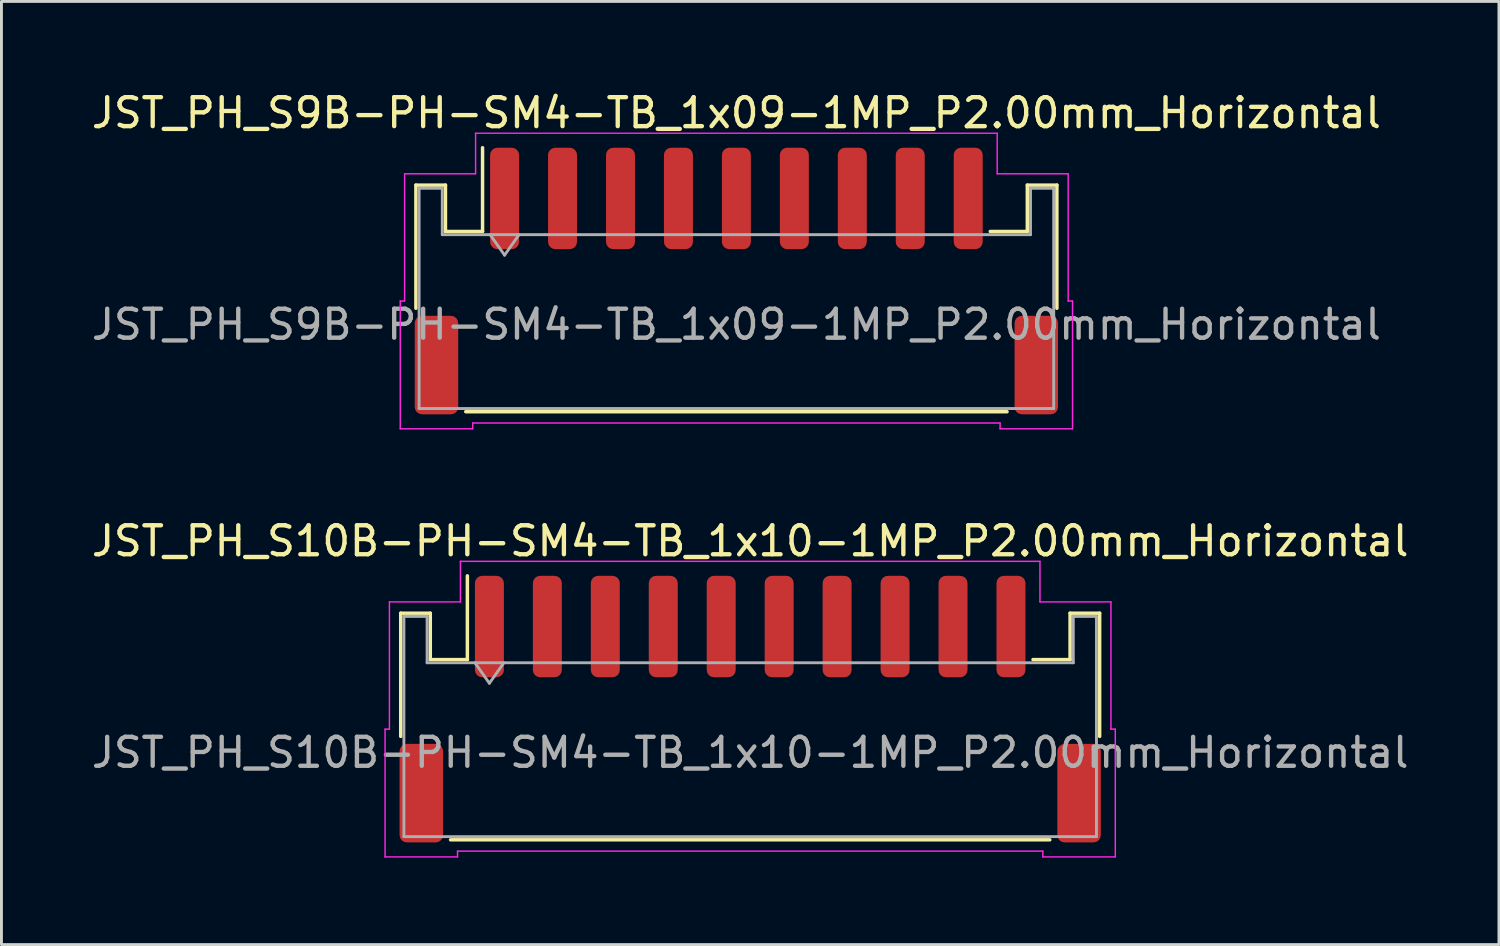
<source format=kicad_pcb>
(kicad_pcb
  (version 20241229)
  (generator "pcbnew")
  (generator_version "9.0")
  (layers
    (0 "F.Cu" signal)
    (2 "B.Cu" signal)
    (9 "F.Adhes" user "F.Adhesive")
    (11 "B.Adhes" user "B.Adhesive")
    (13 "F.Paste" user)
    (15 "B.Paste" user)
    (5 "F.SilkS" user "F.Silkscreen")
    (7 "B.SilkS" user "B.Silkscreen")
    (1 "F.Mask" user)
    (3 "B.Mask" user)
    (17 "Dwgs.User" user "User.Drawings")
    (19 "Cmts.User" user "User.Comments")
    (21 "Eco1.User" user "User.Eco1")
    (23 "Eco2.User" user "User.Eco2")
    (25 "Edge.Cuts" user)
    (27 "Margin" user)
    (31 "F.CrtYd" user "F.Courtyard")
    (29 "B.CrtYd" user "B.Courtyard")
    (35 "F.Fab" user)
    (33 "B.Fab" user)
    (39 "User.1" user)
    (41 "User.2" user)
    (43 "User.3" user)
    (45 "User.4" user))
  (footprint "JST_PH_S10B-PH-SM4-TB_1x10-1MP_P2.00mm_Horizontal"
    (layer "F.Cu")
    (at 22.839 21.422)
    (property "Reference" "JST_PH_S10B-PH-SM4-TB_1x10-1MP_P2.00mm_Horizontal" (at 0 -5.8 0) (layer "F.SilkS") (effects (font (size 1 1) (thickness 0.15))))
    (attr smd)
    (fp_line (start -12.06 -3.31) (end -11.04 -3.31) (stroke (width 0.12) (type solid)) (layer "F.SilkS"))
    (fp_line (start -12.06 0.94) (end -12.06 -3.31) (stroke (width 0.12) (type solid)) (layer "F.SilkS"))
    (fp_line (start -11.04 -3.31) (end -11.04 -1.71) (stroke (width 0.12) (type solid)) (layer "F.SilkS"))
    (fp_line (start -11.04 -1.71) (end -9.76 -1.71) (stroke (width 0.12) (type solid)) (layer "F.SilkS"))
    (fp_line (start -10.34 4.51) (end 10.34 4.51) (stroke (width 0.12) (type solid)) (layer "F.SilkS"))
    (fp_line (start -9.76 -1.71) (end -9.76 -4.6) (stroke (width 0.12) (type solid)) (layer "F.SilkS"))
    (fp_line (start 11.04 -3.31) (end 11.04 -1.71) (stroke (width 0.12) (type solid)) (layer "F.SilkS"))
    (fp_line (start 11.04 -1.71) (end 9.76 -1.71) (stroke (width 0.12) (type solid)) (layer "F.SilkS"))
    (fp_line (start 12.06 -3.31) (end 11.04 -3.31) (stroke (width 0.12) (type solid)) (layer "F.SilkS"))
    (fp_line (start 12.06 0.94) (end 12.06 -3.31) (stroke (width 0.12) (type solid)) (layer "F.SilkS"))
    (fp_line (start -12.6 0.69) (end -12.45 0.69) (stroke (width 0.05) (type solid)) (layer "F.CrtYd"))
    (fp_line (start -12.6 5.1) (end -12.6 0.69) (stroke (width 0.05) (type solid)) (layer "F.CrtYd"))
    (fp_line (start -12.45 -3.7) (end -10 -3.7) (stroke (width 0.05) (type solid)) (layer "F.CrtYd"))
    (fp_line (start -12.45 0.69) (end -12.45 -3.7) (stroke (width 0.05) (type solid)) (layer "F.CrtYd"))
    (fp_line (start -10.1 4.9) (end -10.1 5.1) (stroke (width 0.05) (type solid)) (layer "F.CrtYd"))
    (fp_line (start -10.1 5.1) (end -12.6 5.1) (stroke (width 0.05) (type solid)) (layer "F.CrtYd"))
    (fp_line (start -10 -5.1) (end 10 -5.1) (stroke (width 0.05) (type solid)) (layer "F.CrtYd"))
    (fp_line (start -10 -3.7) (end -10 -5.1) (stroke (width 0.05) (type solid)) (layer "F.CrtYd"))
    (fp_line (start 10 -5.1) (end 10 -3.7) (stroke (width 0.05) (type solid)) (layer "F.CrtYd"))
    (fp_line (start 10 -3.7) (end 12.45 -3.7) (stroke (width 0.05) (type solid)) (layer "F.CrtYd"))
    (fp_line (start 10.1 4.9) (end -10.1 4.9) (stroke (width 0.05) (type solid)) (layer "F.CrtYd"))
    (fp_line (start 10.1 5.1) (end 10.1 4.9) (stroke (width 0.05) (type solid)) (layer "F.CrtYd"))
    (fp_line (start 12.45 -3.7) (end 12.45 0.69) (stroke (width 0.05) (type solid)) (layer "F.CrtYd"))
    (fp_line (start 12.45 0.69) (end 12.6 0.69) (stroke (width 0.05) (type solid)) (layer "F.CrtYd"))
    (fp_line (start 12.6 0.69) (end 12.6 5.1) (stroke (width 0.05) (type solid)) (layer "F.CrtYd"))
    (fp_line (start 12.6 5.1) (end 10.1 5.1) (stroke (width 0.05) (type solid)) (layer "F.CrtYd"))
    (fp_line (start -11.95 -3.2) (end -11.95 4.4) (stroke (width 0.1) (type solid)) (layer "F.Fab"))
    (fp_line (start -11.95 -3.2) (end -11.15 -3.2) (stroke (width 0.1) (type solid)) (layer "F.Fab"))
    (fp_line (start -11.95 4.4) (end 11.95 4.4) (stroke (width 0.1) (type solid)) (layer "F.Fab"))
    (fp_line (start -11.15 -3.2) (end -11.15 -1.6) (stroke (width 0.1) (type solid)) (layer "F.Fab"))
    (fp_line (start -11.15 -1.6) (end 11.15 -1.6) (stroke (width 0.1) (type solid)) (layer "F.Fab"))
    (fp_line (start -9.5 -1.6) (end -9 -0.893) (stroke (width 0.1) (type solid)) (layer "F.Fab"))
    (fp_line (start -9 -0.893) (end -8.5 -1.6) (stroke (width 0.1) (type solid)) (layer "F.Fab"))
    (fp_line (start 11.15 -3.2) (end 11.95 -3.2) (stroke (width 0.1) (type solid)) (layer "F.Fab"))
    (fp_line (start 11.15 -1.6) (end 11.15 -3.2) (stroke (width 0.1) (type solid)) (layer "F.Fab"))
    (fp_line (start 11.95 -3.2) (end 11.95 4.4) (stroke (width 0.1) (type solid)) (layer "F.Fab"))
    (fp_text user "${REFERENCE}" (at 0 1.5 0) (layer "F.Fab") (effects (font (size 1 1) (thickness 0.15))))
    (pad "1" smd roundrect (at -9 -2.85) (size 1 3.5) (layers "F.Cu" "F.Mask" "F.Paste") (roundrect_rratio 0.25))
    (pad "2" smd roundrect (at -7 -2.85) (size 1 3.5) (layers "F.Cu" "F.Mask" "F.Paste") (roundrect_rratio 0.25))
    (pad "3" smd roundrect (at -5 -2.85) (size 1 3.5) (layers "F.Cu" "F.Mask" "F.Paste") (roundrect_rratio 0.25))
    (pad "4" smd roundrect (at -3 -2.85) (size 1 3.5) (layers "F.Cu" "F.Mask" "F.Paste") (roundrect_rratio 0.25))
    (pad "5" smd roundrect (at -1 -2.85) (size 1 3.5) (layers "F.Cu" "F.Mask" "F.Paste") (roundrect_rratio 0.25))
    (pad "6" smd roundrect (at 1 -2.85) (size 1 3.5) (layers "F.Cu" "F.Mask" "F.Paste") (roundrect_rratio 0.25))
    (pad "7" smd roundrect (at 3 -2.85) (size 1 3.5) (layers "F.Cu" "F.Mask" "F.Paste") (roundrect_rratio 0.25))
    (pad "8" smd roundrect (at 5 -2.85) (size 1 3.5) (layers "F.Cu" "F.Mask" "F.Paste") (roundrect_rratio 0.25))
    (pad "9" smd roundrect (at 7 -2.85) (size 1 3.5) (layers "F.Cu" "F.Mask" "F.Paste") (roundrect_rratio 0.25))
    (pad "10" smd roundrect (at 9 -2.85) (size 1 3.5) (layers "F.Cu" "F.Mask" "F.Paste") (roundrect_rratio 0.25))
    (pad "MP" smd roundrect (at -11.35 2.9) (size 1.5 3.4) (layers "F.Cu" "F.Mask" "F.Paste") (roundrect_rratio 0.167))
    (pad "MP" smd roundrect (at 11.35 2.9) (size 1.5 3.4) (layers "F.Cu" "F.Mask" "F.Paste") (roundrect_rratio 0.167)))
  (footprint "JST_PH_S9B-PH-SM4-TB_1x09-1MP_P2.00mm_Horizontal"
    (layer "F.Cu")
    (at 22.363 6.648)
    (property "Reference" "JST_PH_S9B-PH-SM4-TB_1x09-1MP_P2.00mm_Horizontal" (at 0 -5.8 0) (layer "F.SilkS") (effects (font (size 1 1) (thickness 0.15))))
    (attr smd)
    (fp_line (start -11.06 -3.31) (end -10.04 -3.31) (stroke (width 0.12) (type solid)) (layer "F.SilkS"))
    (fp_line (start -11.06 0.94) (end -11.06 -3.31) (stroke (width 0.12) (type solid)) (layer "F.SilkS"))
    (fp_line (start -10.04 -3.31) (end -10.04 -1.71) (stroke (width 0.12) (type solid)) (layer "F.SilkS"))
    (fp_line (start -10.04 -1.71) (end -8.76 -1.71) (stroke (width 0.12) (type solid)) (layer "F.SilkS"))
    (fp_line (start -9.34 4.51) (end 9.34 4.51) (stroke (width 0.12) (type solid)) (layer "F.SilkS"))
    (fp_line (start -8.76 -1.71) (end -8.76 -4.6) (stroke (width 0.12) (type solid)) (layer "F.SilkS"))
    (fp_line (start 10.04 -3.31) (end 10.04 -1.71) (stroke (width 0.12) (type solid)) (layer "F.SilkS"))
    (fp_line (start 10.04 -1.71) (end 8.76 -1.71) (stroke (width 0.12) (type solid)) (layer "F.SilkS"))
    (fp_line (start 11.06 -3.31) (end 10.04 -3.31) (stroke (width 0.12) (type solid)) (layer "F.SilkS"))
    (fp_line (start 11.06 0.94) (end 11.06 -3.31) (stroke (width 0.12) (type solid)) (layer "F.SilkS"))
    (fp_line (start -11.6 0.69) (end -11.45 0.69) (stroke (width 0.05) (type solid)) (layer "F.CrtYd"))
    (fp_line (start -11.6 5.1) (end -11.6 0.69) (stroke (width 0.05) (type solid)) (layer "F.CrtYd"))
    (fp_line (start -11.45 -3.7) (end -9 -3.7) (stroke (width 0.05) (type solid)) (layer "F.CrtYd"))
    (fp_line (start -11.45 0.69) (end -11.45 -3.7) (stroke (width 0.05) (type solid)) (layer "F.CrtYd"))
    (fp_line (start -9.1 4.9) (end -9.1 5.1) (stroke (width 0.05) (type solid)) (layer "F.CrtYd"))
    (fp_line (start -9.1 5.1) (end -11.6 5.1) (stroke (width 0.05) (type solid)) (layer "F.CrtYd"))
    (fp_line (start -9 -5.1) (end 9 -5.1) (stroke (width 0.05) (type solid)) (layer "F.CrtYd"))
    (fp_line (start -9 -3.7) (end -9 -5.1) (stroke (width 0.05) (type solid)) (layer "F.CrtYd"))
    (fp_line (start 9 -5.1) (end 9 -3.7) (stroke (width 0.05) (type solid)) (layer "F.CrtYd"))
    (fp_line (start 9 -3.7) (end 11.45 -3.7) (stroke (width 0.05) (type solid)) (layer "F.CrtYd"))
    (fp_line (start 9.1 4.9) (end -9.1 4.9) (stroke (width 0.05) (type solid)) (layer "F.CrtYd"))
    (fp_line (start 9.1 5.1) (end 9.1 4.9) (stroke (width 0.05) (type solid)) (layer "F.CrtYd"))
    (fp_line (start 11.45 -3.7) (end 11.45 0.69) (stroke (width 0.05) (type solid)) (layer "F.CrtYd"))
    (fp_line (start 11.45 0.69) (end 11.6 0.69) (stroke (width 0.05) (type solid)) (layer "F.CrtYd"))
    (fp_line (start 11.6 0.69) (end 11.6 5.1) (stroke (width 0.05) (type solid)) (layer "F.CrtYd"))
    (fp_line (start 11.6 5.1) (end 9.1 5.1) (stroke (width 0.05) (type solid)) (layer "F.CrtYd"))
    (fp_line (start -10.95 -3.2) (end -10.95 4.4) (stroke (width 0.1) (type solid)) (layer "F.Fab"))
    (fp_line (start -10.95 -3.2) (end -10.15 -3.2) (stroke (width 0.1) (type solid)) (layer "F.Fab"))
    (fp_line (start -10.95 4.4) (end 10.95 4.4) (stroke (width 0.1) (type solid)) (layer "F.Fab"))
    (fp_line (start -10.15 -3.2) (end -10.15 -1.6) (stroke (width 0.1) (type solid)) (layer "F.Fab"))
    (fp_line (start -10.15 -1.6) (end 10.15 -1.6) (stroke (width 0.1) (type solid)) (layer "F.Fab"))
    (fp_line (start -8.5 -1.6) (end -8 -0.893) (stroke (width 0.1) (type solid)) (layer "F.Fab"))
    (fp_line (start -8 -0.893) (end -7.5 -1.6) (stroke (width 0.1) (type solid)) (layer "F.Fab"))
    (fp_line (start 10.15 -3.2) (end 10.95 -3.2) (stroke (width 0.1) (type solid)) (layer "F.Fab"))
    (fp_line (start 10.15 -1.6) (end 10.15 -3.2) (stroke (width 0.1) (type solid)) (layer "F.Fab"))
    (fp_line (start 10.95 -3.2) (end 10.95 4.4) (stroke (width 0.1) (type solid)) (layer "F.Fab"))
    (fp_text user "${REFERENCE}" (at 0 1.5 0) (layer "F.Fab") (effects (font (size 1 1) (thickness 0.15))))
    (pad "1" smd roundrect (at -8 -2.85) (size 1 3.5) (layers "F.Cu" "F.Mask" "F.Paste") (roundrect_rratio 0.25))
    (pad "2" smd roundrect (at -6 -2.85) (size 1 3.5) (layers "F.Cu" "F.Mask" "F.Paste") (roundrect_rratio 0.25))
    (pad "3" smd roundrect (at -4 -2.85) (size 1 3.5) (layers "F.Cu" "F.Mask" "F.Paste") (roundrect_rratio 0.25))
    (pad "4" smd roundrect (at -2 -2.85) (size 1 3.5) (layers "F.Cu" "F.Mask" "F.Paste") (roundrect_rratio 0.25))
    (pad "5" smd roundrect (at 0 -2.85) (size 1 3.5) (layers "F.Cu" "F.Mask" "F.Paste") (roundrect_rratio 0.25))
    (pad "6" smd roundrect (at 2 -2.85) (size 1 3.5) (layers "F.Cu" "F.Mask" "F.Paste") (roundrect_rratio 0.25))
    (pad "7" smd roundrect (at 4 -2.85) (size 1 3.5) (layers "F.Cu" "F.Mask" "F.Paste") (roundrect_rratio 0.25))
    (pad "8" smd roundrect (at 6 -2.85) (size 1 3.5) (layers "F.Cu" "F.Mask" "F.Paste") (roundrect_rratio 0.25))
    (pad "9" smd roundrect (at 8 -2.85) (size 1 3.5) (layers "F.Cu" "F.Mask" "F.Paste") (roundrect_rratio 0.25))
    (pad "MP" smd roundrect (at -10.35 2.9) (size 1.5 3.4) (layers "F.Cu" "F.Mask" "F.Paste") (roundrect_rratio 0.167))
    (pad "MP" smd roundrect (at 10.35 2.9) (size 1.5 3.4) (layers "F.Cu" "F.Mask" "F.Paste") (roundrect_rratio 0.167)))
  (gr_rect
    (start -3 -3)
    (end 48.679 29.547)
    (stroke (width 0.1) (type default))
    (fill no)
    (layer "Edge.Cuts")))
</source>
